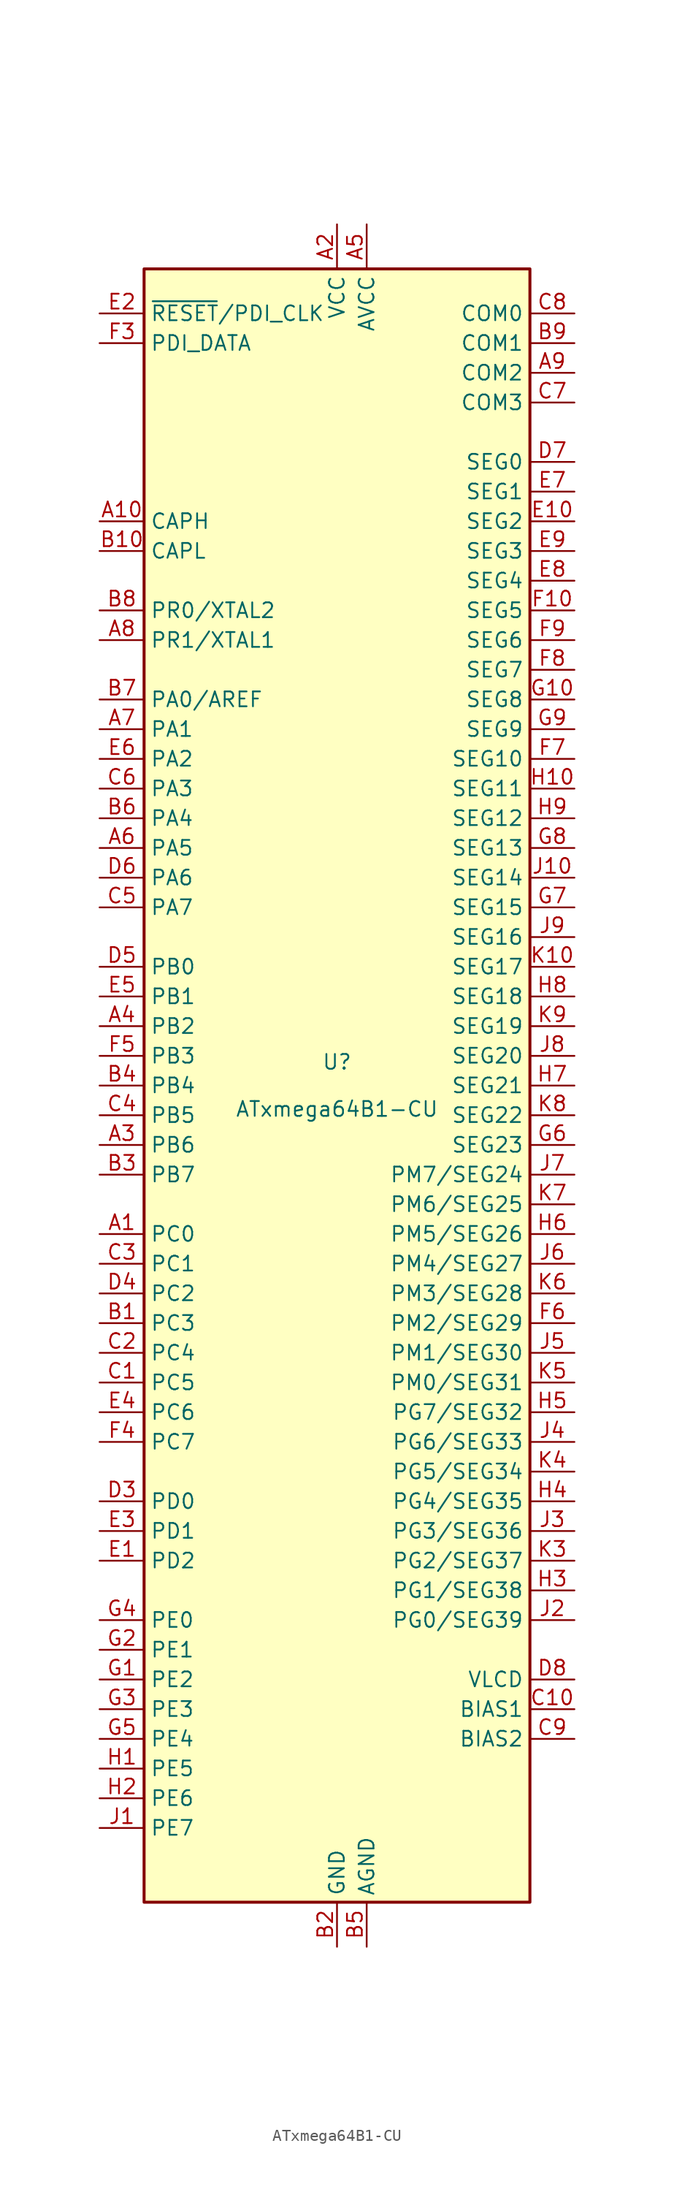
<source format=kicad_sym>
(kicad_symbol_lib
  (version 20211014)
  (generator kicad_symbol_editor)
  (symbol "ATxmega64B1-CU"
    (property "Reference" "U"
      (at 0 1.27 0)
      (effects (font (size 1.27 1.27)) (justify bottom)))
    (property "Value" "ATxmega64B1-CU"
      (at 0 -1.27 0)
      (effects (font (size 1.27 1.27)) (justify top)))
    (symbol "ATxmega64B1-CU_0_1"
      (rectangle (start -16.51 -69.85) (end 16.51 69.85) (stroke (width 0.254) (type default) (color 0 0 0 0)) (fill (type background))))
    (symbol "ATxmega64B1-CU_1_1"
      (pin bidirectional line (at -20.32 -12.7 0) (length 3.81) (name "PC0" (effects (font (size 1.27 1.27)))) (number "A1" (effects (font (size 1.27 1.27)))))
      (pin passive line (at -20.32 48.26 0) (length 3.81) (name "CAPH" (effects (font (size 1.27 1.27)))) (number "A10" (effects (font (size 1.27 1.27)))))
      (pin power_in line (at 0 73.66 270) (length 3.81) (name "VCC" (effects (font (size 1.27 1.27)))) (number "A2" (effects (font (size 1.27 1.27)))))
      (pin bidirectional line (at -20.32 -5.08 0) (length 3.81) (name "PB6" (effects (font (size 1.27 1.27)))) (number "A3" (effects (font (size 1.27 1.27)))))
      (pin bidirectional line (at -20.32 5.08 0) (length 3.81) (name "PB2" (effects (font (size 1.27 1.27)))) (number "A4" (effects (font (size 1.27 1.27)))))
      (pin power_in line (at 2.54 73.66 270) (length 3.81) (name "AVCC" (effects (font (size 1.27 1.27)))) (number "A5" (effects (font (size 1.27 1.27)))))
      (pin bidirectional line (at -20.32 20.32 0) (length 3.81) (name "PA5" (effects (font (size 1.27 1.27)))) (number "A6" (effects (font (size 1.27 1.27)))))
      (pin bidirectional line (at -20.32 30.48 0) (length 3.81) (name "PA1" (effects (font (size 1.27 1.27)))) (number "A7" (effects (font (size 1.27 1.27)))))
      (pin bidirectional line (at -20.32 38.1 0) (length 3.81) (name "PR1/XTAL1" (effects (font (size 1.27 1.27)))) (number "A8" (effects (font (size 1.27 1.27)))))
      (pin output line (at 20.32 60.96 180) (length 3.81) (name "COM2" (effects (font (size 1.27 1.27)))) (number "A9" (effects (font (size 1.27 1.27)))))
      (pin bidirectional line (at -20.32 -20.32 0) (length 3.81) (name "PC3" (effects (font (size 1.27 1.27)))) (number "B1" (effects (font (size 1.27 1.27)))))
      (pin passive line (at -20.32 45.72 0) (length 3.81) (name "CAPL" (effects (font (size 1.27 1.27)))) (number "B10" (effects (font (size 1.27 1.27)))))
      (pin power_in line (at 0 -73.66 90) (length 3.81) (name "GND" (effects (font (size 1.27 1.27)))) (number "B2" (effects (font (size 1.27 1.27)))))
      (pin bidirectional line (at -20.32 -7.62 0) (length 3.81) (name "PB7" (effects (font (size 1.27 1.27)))) (number "B3" (effects (font (size 1.27 1.27)))))
      (pin bidirectional line (at -20.32 0 0) (length 3.81) (name "PB4" (effects (font (size 1.27 1.27)))) (number "B4" (effects (font (size 1.27 1.27)))))
      (pin power_in line (at 2.54 -73.66 90) (length 3.81) (name "AGND" (effects (font (size 1.27 1.27)))) (number "B5" (effects (font (size 1.27 1.27)))))
      (pin bidirectional line (at -20.32 22.86 0) (length 3.81) (name "PA4" (effects (font (size 1.27 1.27)))) (number "B6" (effects (font (size 1.27 1.27)))))
      (pin bidirectional line (at -20.32 33.02 0) (length 3.81) (name "PA0/AREF" (effects (font (size 1.27 1.27)))) (number "B7" (effects (font (size 1.27 1.27)))))
      (pin bidirectional line (at -20.32 40.64 0) (length 3.81) (name "PR0/XTAL2" (effects (font (size 1.27 1.27)))) (number "B8" (effects (font (size 1.27 1.27)))))
      (pin output line (at 20.32 63.5 180) (length 3.81) (name "COM1" (effects (font (size 1.27 1.27)))) (number "B9" (effects (font (size 1.27 1.27)))))
      (pin bidirectional line (at -20.32 -25.4 0) (length 3.81) (name "PC5" (effects (font (size 1.27 1.27)))) (number "C1" (effects (font (size 1.27 1.27)))))
      (pin power_out line (at 20.32 -53.34 180) (length 3.81) (name "BIAS1" (effects (font (size 1.27 1.27)))) (number "C10" (effects (font (size 1.27 1.27)))))
      (pin bidirectional line (at -20.32 -22.86 0) (length 3.81) (name "PC4" (effects (font (size 1.27 1.27)))) (number "C2" (effects (font (size 1.27 1.27)))))
      (pin bidirectional line (at -20.32 -15.24 0) (length 3.81) (name "PC1" (effects (font (size 1.27 1.27)))) (number "C3" (effects (font (size 1.27 1.27)))))
      (pin bidirectional line (at -20.32 -2.54 0) (length 3.81) (name "PB5" (effects (font (size 1.27 1.27)))) (number "C4" (effects (font (size 1.27 1.27)))))
      (pin bidirectional line (at -20.32 15.24 0) (length 3.81) (name "PA7" (effects (font (size 1.27 1.27)))) (number "C5" (effects (font (size 1.27 1.27)))))
      (pin bidirectional line (at -20.32 25.4 0) (length 3.81) (name "PA3" (effects (font (size 1.27 1.27)))) (number "C6" (effects (font (size 1.27 1.27)))))
      (pin output line (at 20.32 58.42 180) (length 3.81) (name "COM3" (effects (font (size 1.27 1.27)))) (number "C7" (effects (font (size 1.27 1.27)))))
      (pin output line (at 20.32 66.04 180) (length 3.81) (name "COM0" (effects (font (size 1.27 1.27)))) (number "C8" (effects (font (size 1.27 1.27)))))
      (pin power_out line (at 20.32 -55.88 180) (length 3.81) (name "BIAS2" (effects (font (size 1.27 1.27)))) (number "C9" (effects (font (size 1.27 1.27)))))
      (pin passive line (at 0 73.66 270) (length 3.81) hide (name "VCC" (effects (font (size 1.27 1.27)))) (number "D1" (effects (font (size 1.27 1.27)))))
      (pin passive line (at 0 73.66 270) (length 3.81) hide (name "VCC" (effects (font (size 1.27 1.27)))) (number "D10" (effects (font (size 1.27 1.27)))))
      (pin passive line (at 0 -73.66 90) (length 3.81) hide (name "GND" (effects (font (size 1.27 1.27)))) (number "D2" (effects (font (size 1.27 1.27)))))
      (pin bidirectional line (at -20.32 -35.56 0) (length 3.81) (name "PD0" (effects (font (size 1.27 1.27)))) (number "D3" (effects (font (size 1.27 1.27)))))
      (pin bidirectional line (at -20.32 -17.78 0) (length 3.81) (name "PC2" (effects (font (size 1.27 1.27)))) (number "D4" (effects (font (size 1.27 1.27)))))
      (pin bidirectional line (at -20.32 10.16 0) (length 3.81) (name "PB0" (effects (font (size 1.27 1.27)))) (number "D5" (effects (font (size 1.27 1.27)))))
      (pin bidirectional line (at -20.32 17.78 0) (length 3.81) (name "PA6" (effects (font (size 1.27 1.27)))) (number "D6" (effects (font (size 1.27 1.27)))))
      (pin output line (at 20.32 53.34 180) (length 3.81) (name "SEG0" (effects (font (size 1.27 1.27)))) (number "D7" (effects (font (size 1.27 1.27)))))
      (pin power_out line (at 20.32 -50.8 180) (length 3.81) (name "VLCD" (effects (font (size 1.27 1.27)))) (number "D8" (effects (font (size 1.27 1.27)))))
      (pin passive line (at 0 -73.66 90) (length 3.81) hide (name "GND" (effects (font (size 1.27 1.27)))) (number "D9" (effects (font (size 1.27 1.27)))))
      (pin bidirectional line (at -20.32 -40.64 0) (length 3.81) (name "PD2" (effects (font (size 1.27 1.27)))) (number "E1" (effects (font (size 1.27 1.27)))))
      (pin output line (at 20.32 48.26 180) (length 3.81) (name "SEG2" (effects (font (size 1.27 1.27)))) (number "E10" (effects (font (size 1.27 1.27)))))
      (pin input line (at -20.32 66.04 0) (length 3.81) (name "~{RESET}/PDI_CLK" (effects (font (size 1.27 1.27)))) (number "E2" (effects (font (size 1.27 1.27)))))
      (pin bidirectional line (at -20.32 -38.1 0) (length 3.81) (name "PD1" (effects (font (size 1.27 1.27)))) (number "E3" (effects (font (size 1.27 1.27)))))
      (pin bidirectional line (at -20.32 -27.94 0) (length 3.81) (name "PC6" (effects (font (size 1.27 1.27)))) (number "E4" (effects (font (size 1.27 1.27)))))
      (pin bidirectional line (at -20.32 7.62 0) (length 3.81) (name "PB1" (effects (font (size 1.27 1.27)))) (number "E5" (effects (font (size 1.27 1.27)))))
      (pin bidirectional line (at -20.32 27.94 0) (length 3.81) (name "PA2" (effects (font (size 1.27 1.27)))) (number "E6" (effects (font (size 1.27 1.27)))))
      (pin output line (at 20.32 50.8 180) (length 3.81) (name "SEG1" (effects (font (size 1.27 1.27)))) (number "E7" (effects (font (size 1.27 1.27)))))
      (pin output line (at 20.32 43.18 180) (length 3.81) (name "SEG4" (effects (font (size 1.27 1.27)))) (number "E8" (effects (font (size 1.27 1.27)))))
      (pin output line (at 20.32 45.72 180) (length 3.81) (name "SEG3" (effects (font (size 1.27 1.27)))) (number "E9" (effects (font (size 1.27 1.27)))))
      (pin passive line (at 0 73.66 270) (length 3.81) hide (name "VCC" (effects (font (size 1.27 1.27)))) (number "F1" (effects (font (size 1.27 1.27)))))
      (pin output line (at 20.32 40.64 180) (length 3.81) (name "SEG5" (effects (font (size 1.27 1.27)))) (number "F10" (effects (font (size 1.27 1.27)))))
      (pin passive line (at 0 -73.66 90) (length 3.81) hide (name "GND" (effects (font (size 1.27 1.27)))) (number "F2" (effects (font (size 1.27 1.27)))))
      (pin bidirectional line (at -20.32 63.5 0) (length 3.81) (name "PDI_DATA" (effects (font (size 1.27 1.27)))) (number "F3" (effects (font (size 1.27 1.27)))))
      (pin bidirectional line (at -20.32 -30.48 0) (length 3.81) (name "PC7" (effects (font (size 1.27 1.27)))) (number "F4" (effects (font (size 1.27 1.27)))))
      (pin bidirectional line (at -20.32 2.54 0) (length 3.81) (name "PB3" (effects (font (size 1.27 1.27)))) (number "F5" (effects (font (size 1.27 1.27)))))
      (pin bidirectional line (at 20.32 -20.32 180) (length 3.81) (name "PM2/SEG29" (effects (font (size 1.27 1.27)))) (number "F6" (effects (font (size 1.27 1.27)))))
      (pin output line (at 20.32 27.94 180) (length 3.81) (name "SEG10" (effects (font (size 1.27 1.27)))) (number "F7" (effects (font (size 1.27 1.27)))))
      (pin output line (at 20.32 35.56 180) (length 3.81) (name "SEG7" (effects (font (size 1.27 1.27)))) (number "F8" (effects (font (size 1.27 1.27)))))
      (pin output line (at 20.32 38.1 180) (length 3.81) (name "SEG6" (effects (font (size 1.27 1.27)))) (number "F9" (effects (font (size 1.27 1.27)))))
      (pin bidirectional line (at -20.32 -50.8 0) (length 3.81) (name "PE2" (effects (font (size 1.27 1.27)))) (number "G1" (effects (font (size 1.27 1.27)))))
      (pin output line (at 20.32 33.02 180) (length 3.81) (name "SEG8" (effects (font (size 1.27 1.27)))) (number "G10" (effects (font (size 1.27 1.27)))))
      (pin bidirectional line (at -20.32 -48.26 0) (length 3.81) (name "PE1" (effects (font (size 1.27 1.27)))) (number "G2" (effects (font (size 1.27 1.27)))))
      (pin bidirectional line (at -20.32 -53.34 0) (length 3.81) (name "PE3" (effects (font (size 1.27 1.27)))) (number "G3" (effects (font (size 1.27 1.27)))))
      (pin bidirectional line (at -20.32 -45.72 0) (length 3.81) (name "PE0" (effects (font (size 1.27 1.27)))) (number "G4" (effects (font (size 1.27 1.27)))))
      (pin bidirectional line (at -20.32 -55.88 0) (length 3.81) (name "PE4" (effects (font (size 1.27 1.27)))) (number "G5" (effects (font (size 1.27 1.27)))))
      (pin output line (at 20.32 -5.08 180) (length 3.81) (name "SEG23" (effects (font (size 1.27 1.27)))) (number "G6" (effects (font (size 1.27 1.27)))))
      (pin output line (at 20.32 15.24 180) (length 3.81) (name "SEG15" (effects (font (size 1.27 1.27)))) (number "G7" (effects (font (size 1.27 1.27)))))
      (pin output line (at 20.32 20.32 180) (length 3.81) (name "SEG13" (effects (font (size 1.27 1.27)))) (number "G8" (effects (font (size 1.27 1.27)))))
      (pin output line (at 20.32 30.48 180) (length 3.81) (name "SEG9" (effects (font (size 1.27 1.27)))) (number "G9" (effects (font (size 1.27 1.27)))))
      (pin bidirectional line (at -20.32 -58.42 0) (length 3.81) (name "PE5" (effects (font (size 1.27 1.27)))) (number "H1" (effects (font (size 1.27 1.27)))))
      (pin output line (at 20.32 25.4 180) (length 3.81) (name "SEG11" (effects (font (size 1.27 1.27)))) (number "H10" (effects (font (size 1.27 1.27)))))
      (pin bidirectional line (at -20.32 -60.96 0) (length 3.81) (name "PE6" (effects (font (size 1.27 1.27)))) (number "H2" (effects (font (size 1.27 1.27)))))
      (pin bidirectional line (at 20.32 -43.18 180) (length 3.81) (name "PG1/SEG38" (effects (font (size 1.27 1.27)))) (number "H3" (effects (font (size 1.27 1.27)))))
      (pin bidirectional line (at 20.32 -35.56 180) (length 3.81) (name "PG4/SEG35" (effects (font (size 1.27 1.27)))) (number "H4" (effects (font (size 1.27 1.27)))))
      (pin bidirectional line (at 20.32 -27.94 180) (length 3.81) (name "PG7/SEG32" (effects (font (size 1.27 1.27)))) (number "H5" (effects (font (size 1.27 1.27)))))
      (pin bidirectional line (at 20.32 -12.7 180) (length 3.81) (name "PM5/SEG26" (effects (font (size 1.27 1.27)))) (number "H6" (effects (font (size 1.27 1.27)))))
      (pin output line (at 20.32 0 180) (length 3.81) (name "SEG21" (effects (font (size 1.27 1.27)))) (number "H7" (effects (font (size 1.27 1.27)))))
      (pin output line (at 20.32 7.62 180) (length 3.81) (name "SEG18" (effects (font (size 1.27 1.27)))) (number "H8" (effects (font (size 1.27 1.27)))))
      (pin output line (at 20.32 22.86 180) (length 3.81) (name "SEG12" (effects (font (size 1.27 1.27)))) (number "H9" (effects (font (size 1.27 1.27)))))
      (pin bidirectional line (at -20.32 -63.5 0) (length 3.81) (name "PE7" (effects (font (size 1.27 1.27)))) (number "J1" (effects (font (size 1.27 1.27)))))
      (pin output line (at 20.32 17.78 180) (length 3.81) (name "SEG14" (effects (font (size 1.27 1.27)))) (number "J10" (effects (font (size 1.27 1.27)))))
      (pin bidirectional line (at 20.32 -45.72 180) (length 3.81) (name "PG0/SEG39" (effects (font (size 1.27 1.27)))) (number "J2" (effects (font (size 1.27 1.27)))))
      (pin bidirectional line (at 20.32 -38.1 180) (length 3.81) (name "PG3/SEG36" (effects (font (size 1.27 1.27)))) (number "J3" (effects (font (size 1.27 1.27)))))
      (pin bidirectional line (at 20.32 -30.48 180) (length 3.81) (name "PG6/SEG33" (effects (font (size 1.27 1.27)))) (number "J4" (effects (font (size 1.27 1.27)))))
      (pin bidirectional line (at 20.32 -22.86 180) (length 3.81) (name "PM1/SEG30" (effects (font (size 1.27 1.27)))) (number "J5" (effects (font (size 1.27 1.27)))))
      (pin bidirectional line (at 20.32 -15.24 180) (length 3.81) (name "PM4/SEG27" (effects (font (size 1.27 1.27)))) (number "J6" (effects (font (size 1.27 1.27)))))
      (pin bidirectional line (at 20.32 -7.62 180) (length 3.81) (name "PM7/SEG24" (effects (font (size 1.27 1.27)))) (number "J7" (effects (font (size 1.27 1.27)))))
      (pin output line (at 20.32 2.54 180) (length 3.81) (name "SEG20" (effects (font (size 1.27 1.27)))) (number "J8" (effects (font (size 1.27 1.27)))))
      (pin output line (at 20.32 12.7 180) (length 3.81) (name "SEG16" (effects (font (size 1.27 1.27)))) (number "J9" (effects (font (size 1.27 1.27)))))
      (pin passive line (at 0 -73.66 90) (length 3.81) hide (name "GND" (effects (font (size 1.27 1.27)))) (number "K1" (effects (font (size 1.27 1.27)))))
      (pin output line (at 20.32 10.16 180) (length 3.81) (name "SEG17" (effects (font (size 1.27 1.27)))) (number "K10" (effects (font (size 1.27 1.27)))))
      (pin passive line (at 0 73.66 270) (length 3.81) hide (name "VCC" (effects (font (size 1.27 1.27)))) (number "K2" (effects (font (size 1.27 1.27)))))
      (pin bidirectional line (at 20.32 -40.64 180) (length 3.81) (name "PG2/SEG37" (effects (font (size 1.27 1.27)))) (number "K3" (effects (font (size 1.27 1.27)))))
      (pin bidirectional line (at 20.32 -33.02 180) (length 3.81) (name "PG5/SEG34" (effects (font (size 1.27 1.27)))) (number "K4" (effects (font (size 1.27 1.27)))))
      (pin bidirectional line (at 20.32 -25.4 180) (length 3.81) (name "PM0/SEG31" (effects (font (size 1.27 1.27)))) (number "K5" (effects (font (size 1.27 1.27)))))
      (pin bidirectional line (at 20.32 -17.78 180) (length 3.81) (name "PM3/SEG28" (effects (font (size 1.27 1.27)))) (number "K6" (effects (font (size 1.27 1.27)))))
      (pin bidirectional line (at 20.32 -10.16 180) (length 3.81) (name "PM6/SEG25" (effects (font (size 1.27 1.27)))) (number "K7" (effects (font (size 1.27 1.27)))))
      (pin output line (at 20.32 -2.54 180) (length 3.81) (name "SEG22" (effects (font (size 1.27 1.27)))) (number "K8" (effects (font (size 1.27 1.27)))))
      (pin output line (at 20.32 5.08 180) (length 3.81) (name "SEG19" (effects (font (size 1.27 1.27)))) (number "K9" (effects (font (size 1.27 1.27))))))))
</source>
